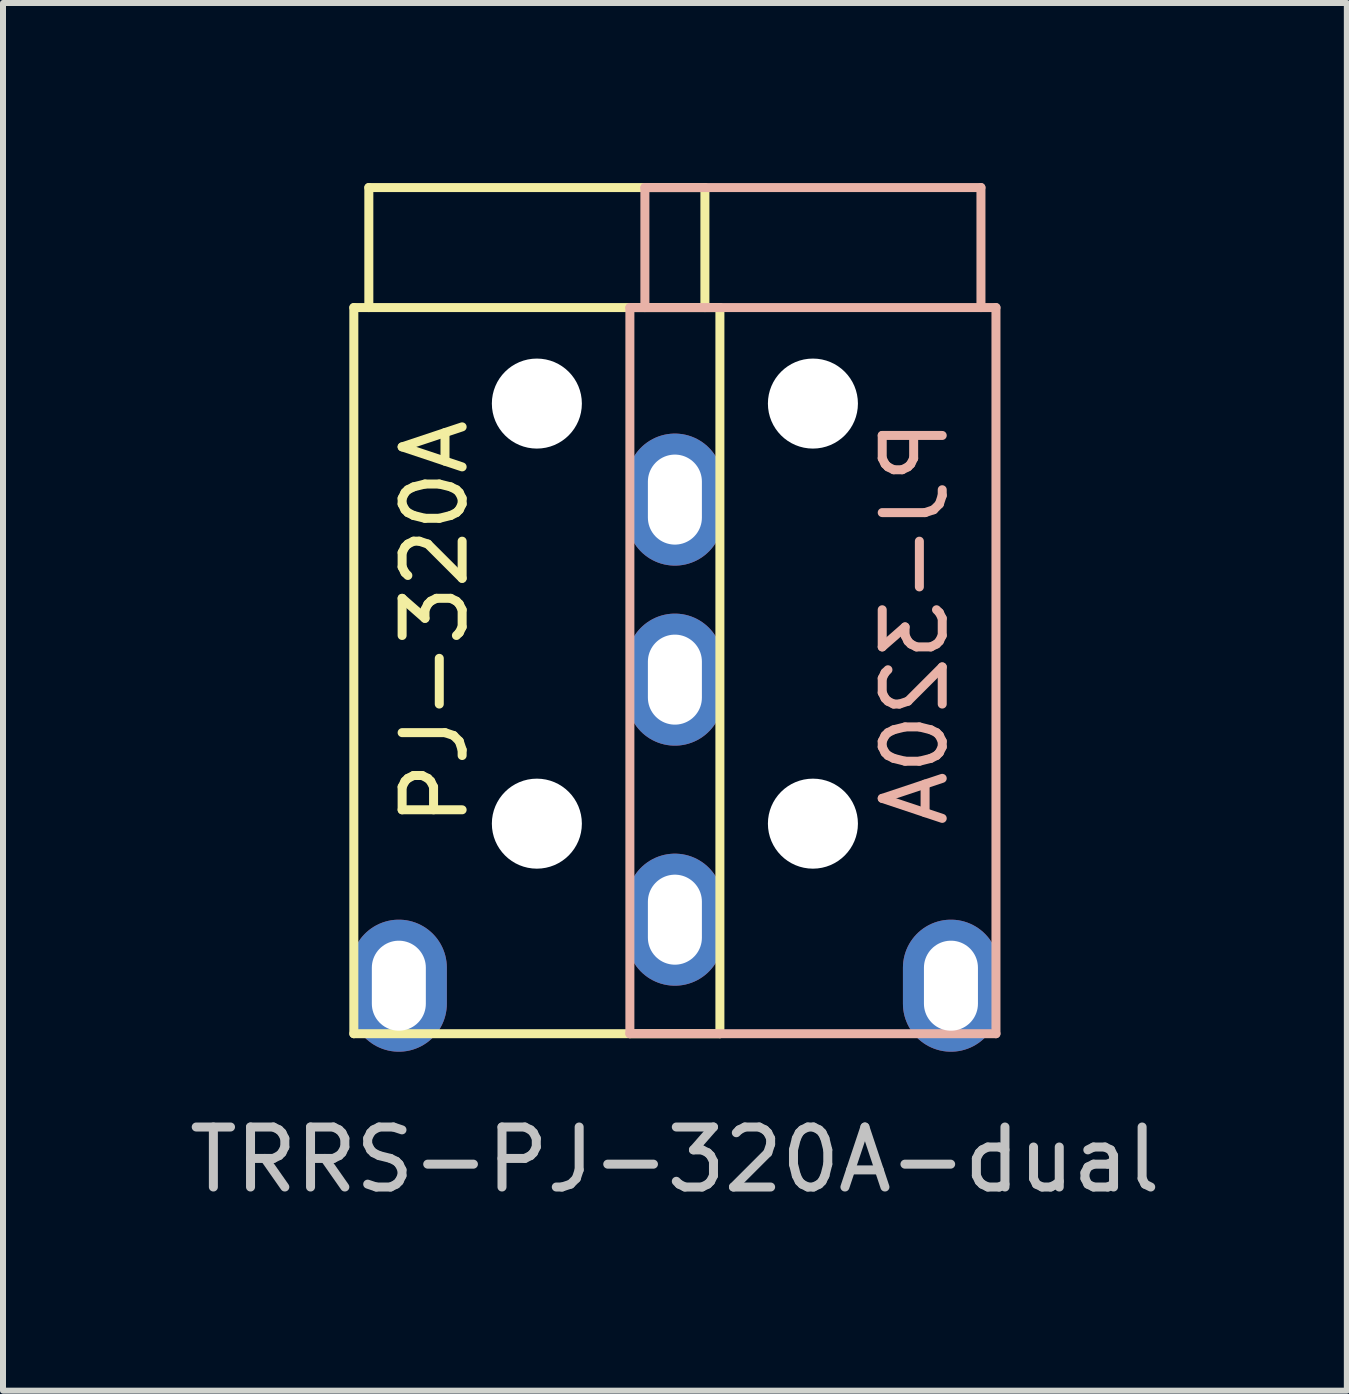
<source format=kicad_pcb>
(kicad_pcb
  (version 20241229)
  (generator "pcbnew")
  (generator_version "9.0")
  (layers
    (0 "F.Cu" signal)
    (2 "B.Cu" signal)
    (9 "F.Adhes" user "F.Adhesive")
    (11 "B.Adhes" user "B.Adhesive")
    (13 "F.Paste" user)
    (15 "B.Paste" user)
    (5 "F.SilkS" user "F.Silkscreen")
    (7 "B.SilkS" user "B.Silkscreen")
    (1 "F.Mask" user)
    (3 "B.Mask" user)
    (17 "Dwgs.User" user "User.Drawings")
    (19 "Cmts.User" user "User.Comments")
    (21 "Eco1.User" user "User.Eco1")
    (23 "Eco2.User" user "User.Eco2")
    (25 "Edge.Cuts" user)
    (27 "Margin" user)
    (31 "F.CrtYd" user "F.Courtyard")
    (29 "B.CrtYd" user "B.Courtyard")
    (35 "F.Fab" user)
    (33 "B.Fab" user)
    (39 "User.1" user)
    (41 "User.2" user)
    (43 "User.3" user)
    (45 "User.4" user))
  (footprint "TRRS-PJ-320A-dual"
    (layer "F.Cu")
    (at 8.196 2.075)
    (property "Reference" "TRRS-PJ-320A-dual" (at 0 14.2 0) (layer "Dwgs.User") (effects (font (size 1 1) (thickness 0.15))))
    (attr through_hole)
    (fp_line (start -5.35 0) (end -5.35 12.1) (stroke (width 0.15) (type solid)) (layer "F.SilkS"))
    (fp_line (start -5.1 0) (end -5.1 -2) (stroke (width 0.15) (type solid)) (layer "F.SilkS"))
    (fp_line (start 0.5 -2) (end -5.1 -2) (stroke (width 0.15) (type solid)) (layer "F.SilkS"))
    (fp_line (start 0.5 0) (end 0.5 -2) (stroke (width 0.15) (type solid)) (layer "F.SilkS"))
    (fp_line (start 0.75 0) (end -5.35 0) (stroke (width 0.15) (type solid)) (layer "F.SilkS"))
    (fp_line (start 0.75 0) (end 0.75 12.1) (stroke (width 0.15) (type solid)) (layer "F.SilkS"))
    (fp_line (start 0.75 12.1) (end -5.35 12.1) (stroke (width 0.15) (type solid)) (layer "F.SilkS"))
    (fp_line (start -0.75 0) (end -0.75 12.1) (stroke (width 0.15) (type solid)) (layer "B.SilkS"))
    (fp_line (start -0.75 0) (end 5.35 0) (stroke (width 0.15) (type solid)) (layer "B.SilkS"))
    (fp_line (start -0.75 12.1) (end 5.35 12.1) (stroke (width 0.15) (type solid)) (layer "B.SilkS"))
    (fp_line (start -0.5 -2) (end 5.1 -2) (stroke (width 0.15) (type solid)) (layer "B.SilkS"))
    (fp_line (start -0.5 0) (end -0.5 -2) (stroke (width 0.15) (type solid)) (layer "B.SilkS"))
    (fp_line (start 5.1 0) (end 5.1 -2) (stroke (width 0.15) (type solid)) (layer "B.SilkS"))
    (fp_line (start 5.35 0) (end 5.35 12.1) (stroke (width 0.15) (type solid)) (layer "B.SilkS"))
    (fp_text user "PJ-320A" (at -4 5.25 90) (layer "F.SilkS") (effects (font (size 1 1) (thickness 0.15))))
    (fp_text user "PJ-320A" (at 4 5.25 270) (layer "B.SilkS") (effects (font (size 1 1) (thickness 0.15)) (justify mirror)))
    (pad "" np_thru_hole circle (at -2.3 1.6) (size 1.5 1.5) (drill 1.5) (layers "*.Cu" "*.Mask"))
    (pad "" np_thru_hole circle (at -2.3 8.6) (size 1.5 1.5) (drill 1.5) (layers "*.Cu" "*.Mask"))
    (pad "" np_thru_hole circle (at 2.3 1.6) (size 1.5 1.5) (drill 1.5) (layers "*.Cu" "*.Mask"))
    (pad "" np_thru_hole circle (at 2.3 8.6) (size 1.5 1.5) (drill 1.5) (layers "*.Cu" "*.Mask"))
    (pad "R1" thru_hole oval (at 0 6.2) (size 1.6 2.2) (drill oval 0.9 1.5) (layers "*.Cu" "*.Mask"))
    (pad "R2" thru_hole oval (at 0 3.2) (size 1.6 2.2) (drill oval 0.9 1.5) (layers "*.Cu" "*.Mask"))
    (pad "S" thru_hole oval (at -4.6 11.3) (size 1.6 2.2) (drill oval 0.9 1.5) (layers "*.Cu" "*.Mask"))
    (pad "S" thru_hole oval (at 4.6 11.3) (size 1.6 2.2) (drill oval 0.9 1.5) (layers "*.Cu" "*.Mask"))
    (pad "T" thru_hole oval (at 0 10.2) (size 1.6 2.2) (drill oval 0.9 1.5) (layers "*.Cu" "*.Mask")))
  (gr_rect
    (start -3 -3)
    (end 19.393 20.123)
    (stroke (width 0.1) (type default))
    (fill no)
    (layer "Edge.Cuts")))
</source>
